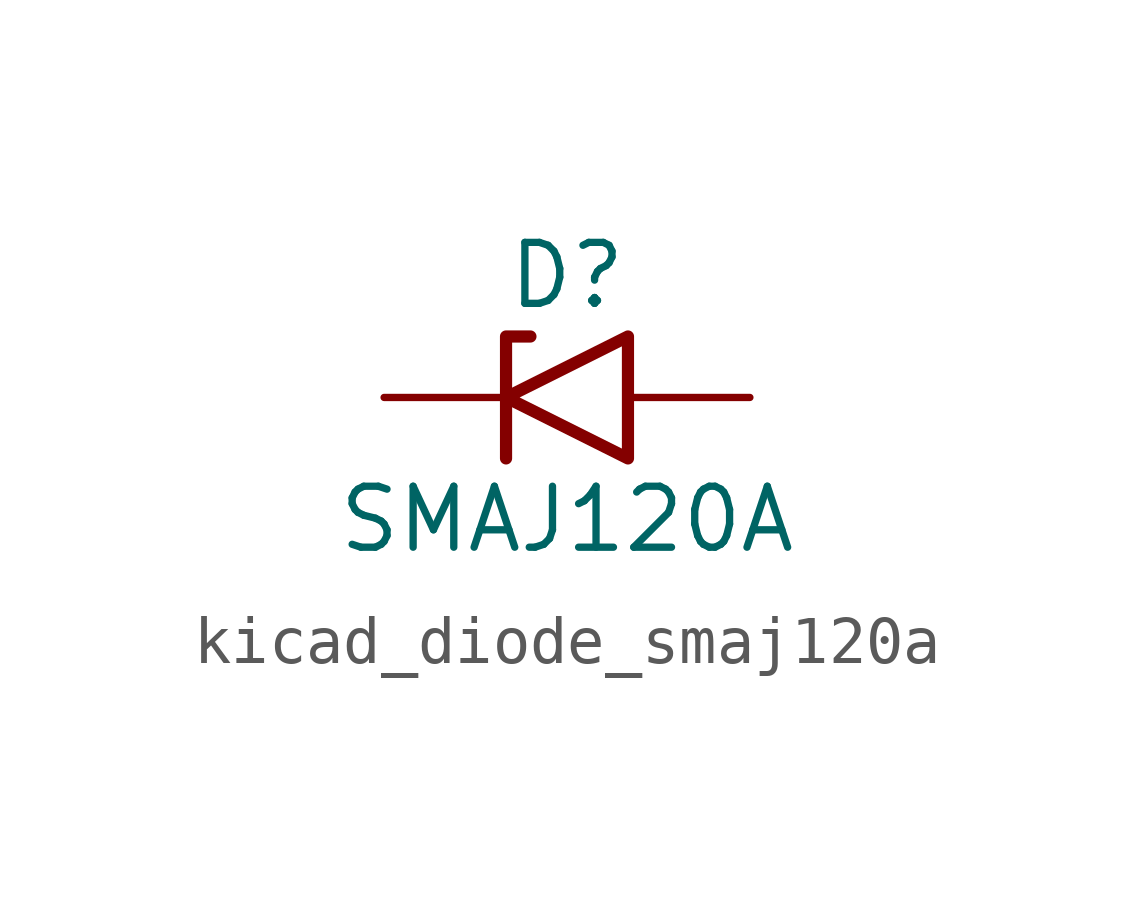
<source format=kicad_sym>
(kicad_symbol_lib
  (version 20220914)
  (generator kicad_symbol_editor)
  (symbol "kicad_diode_smaj120a"
    (pin_numbers hide)
    (pin_names
      (offset 1.016) hide)
    (property "Reference" "D"
      (at 0 2.54 0)
      (effects (font (size 1.27 1.27))))
    (property "Value" "SMAJ120A"
      (at 0 -2.54 0)
      (effects (font (size 1.27 1.27))))
    (symbol "kicad_diode_smaj120a_0_1"
      (polyline (pts (xy -0.762 1.27) (xy -1.27 1.27) (xy -1.27 -1.27)) (stroke (width 0.254) (type default)) (fill (type none)))
      (polyline (pts (xy 1.27 1.27) (xy 1.27 -1.27) (xy -1.27 0) (xy 1.27 1.27)) (stroke (width 0.254) (type default)) (fill (type none))))
    (symbol "kicad_diode_smaj120a_1_1"
      (pin passive line (at -3.81 0 0) (length 2.54) (name "A1" (effects (font (size 1.27 1.27)))) (number "1" (effects (font (size 1.27 1.27)))))
      (pin passive line (at 3.81 0 180) (length 2.54) (name "A2" (effects (font (size 1.27 1.27)))) (number "2" (effects (font (size 1.27 1.27))))))))
</source>
